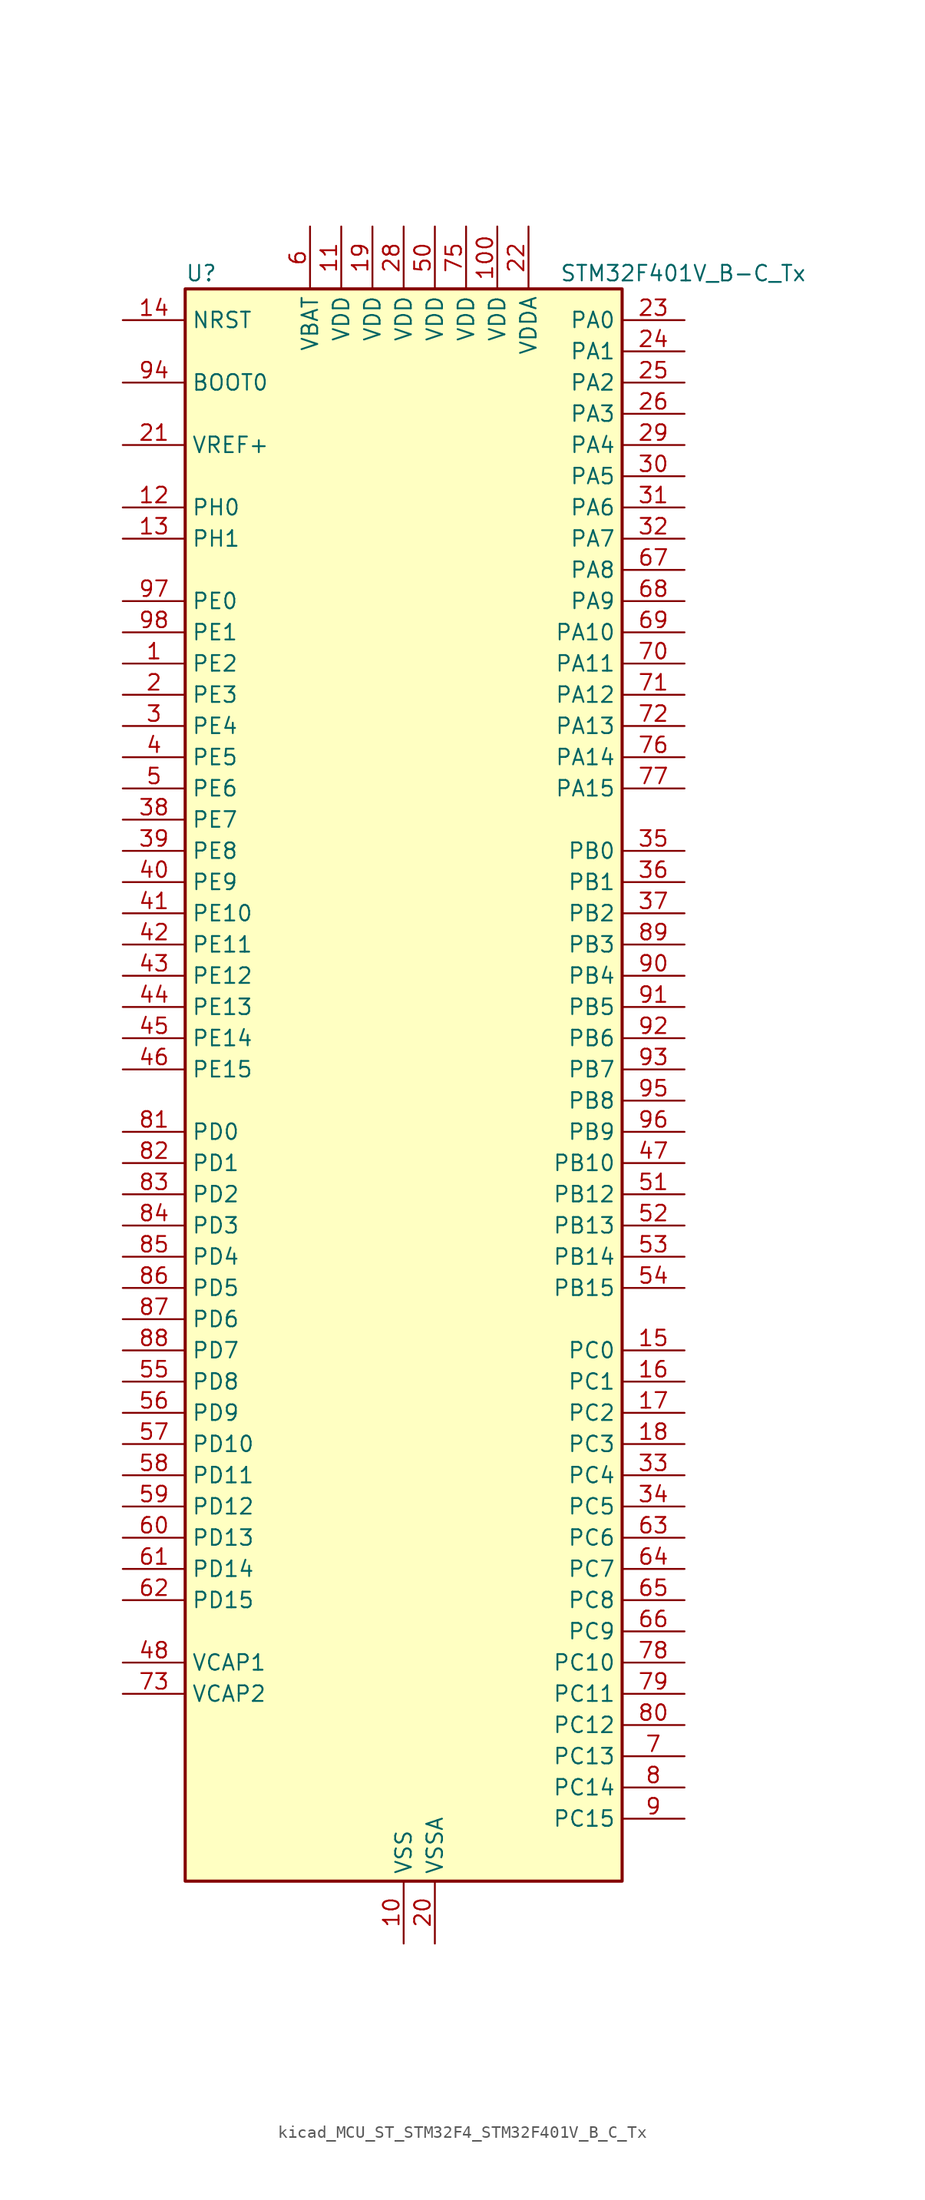
<source format=kicad_sym>
(kicad_symbol_lib
  (version 20220914)
  (generator kicad_symbol_editor)
  (symbol "kicad_MCU_ST_STM32F4_STM32F401V_B_C_Tx"
    (property "Reference" "U"
      (at -17.78 67.31 0)
      (effects (font (size 1.27 1.27)) (justify left)))
    (property "Value" "STM32F401V_B-C_Tx"
      (at 12.7 67.31 0)
      (effects (font (size 1.27 1.27)) (justify left)))
    (property "ki_locked" ""
      (at 0 0 0)
      (effects (font (size 1.27 1.27))))
    (symbol "kicad_MCU_ST_STM32F4_STM32F401V_B_C_Tx_0_1"
      (rectangle (start -17.78 -63.5) (end 17.78 66.04) (stroke (width 0.254) (type default)) (fill (type background))))
    (symbol "kicad_MCU_ST_STM32F4_STM32F401V_B_C_Tx_1_1"
      (pin bidirectional line (at -22.86 35.56 0) (length 5.08) (name "PE2" (effects (font (size 1.27 1.27)))) (number "1" (effects (font (size 1.27 1.27)))) (alternate "SPI4_SCK" bidirectional line) (alternate "SYS_TRACECLK" bidirectional line))
      (pin power_in line (at 0 -68.58 90) (length 5.08) (name "VSS" (effects (font (size 1.27 1.27)))) (number "10" (effects (font (size 1.27 1.27)))))
      (pin power_in line (at 7.62 71.12 270) (length 5.08) (name "VDD" (effects (font (size 1.27 1.27)))) (number "100" (effects (font (size 1.27 1.27)))))
      (pin power_in line (at -5.08 71.12 270) (length 5.08) (name "VDD" (effects (font (size 1.27 1.27)))) (number "11" (effects (font (size 1.27 1.27)))))
      (pin bidirectional line (at -22.86 48.26 0) (length 5.08) (name "PH0" (effects (font (size 1.27 1.27)))) (number "12" (effects (font (size 1.27 1.27)))) (alternate "RCC_OSC_IN" bidirectional line))
      (pin bidirectional line (at -22.86 45.72 0) (length 5.08) (name "PH1" (effects (font (size 1.27 1.27)))) (number "13" (effects (font (size 1.27 1.27)))) (alternate "RCC_OSC_OUT" bidirectional line))
      (pin input line (at -22.86 63.5 0) (length 5.08) (name "NRST" (effects (font (size 1.27 1.27)))) (number "14" (effects (font (size 1.27 1.27)))))
      (pin bidirectional line (at 22.86 -20.32 180) (length 5.08) (name "PC0" (effects (font (size 1.27 1.27)))) (number "15" (effects (font (size 1.27 1.27)))) (alternate "ADC1_IN10" bidirectional line))
      (pin bidirectional line (at 22.86 -22.86 180) (length 5.08) (name "PC1" (effects (font (size 1.27 1.27)))) (number "16" (effects (font (size 1.27 1.27)))) (alternate "ADC1_IN11" bidirectional line))
      (pin bidirectional line (at 22.86 -25.4 180) (length 5.08) (name "PC2" (effects (font (size 1.27 1.27)))) (number "17" (effects (font (size 1.27 1.27)))) (alternate "ADC1_IN12" bidirectional line) (alternate "I2S2_ext_SD" bidirectional line) (alternate "SPI2_MISO" bidirectional line))
      (pin bidirectional line (at 22.86 -27.94 180) (length 5.08) (name "PC3" (effects (font (size 1.27 1.27)))) (number "18" (effects (font (size 1.27 1.27)))) (alternate "ADC1_IN13" bidirectional line) (alternate "I2S2_SD" bidirectional line) (alternate "SPI2_MOSI" bidirectional line))
      (pin power_in line (at -2.54 71.12 270) (length 5.08) (name "VDD" (effects (font (size 1.27 1.27)))) (number "19" (effects (font (size 1.27 1.27)))))
      (pin bidirectional line (at -22.86 33.02 0) (length 5.08) (name "PE3" (effects (font (size 1.27 1.27)))) (number "2" (effects (font (size 1.27 1.27)))) (alternate "SYS_TRACED0" bidirectional line))
      (pin power_in line (at 2.54 -68.58 90) (length 5.08) (name "VSSA" (effects (font (size 1.27 1.27)))) (number "20" (effects (font (size 1.27 1.27)))))
      (pin input line (at -22.86 53.34 0) (length 5.08) (name "VREF+" (effects (font (size 1.27 1.27)))) (number "21" (effects (font (size 1.27 1.27)))))
      (pin power_in line (at 10.16 71.12 270) (length 5.08) (name "VDDA" (effects (font (size 1.27 1.27)))) (number "22" (effects (font (size 1.27 1.27)))))
      (pin bidirectional line (at 22.86 63.5 180) (length 5.08) (name "PA0" (effects (font (size 1.27 1.27)))) (number "23" (effects (font (size 1.27 1.27)))) (alternate "ADC1_IN0" bidirectional line) (alternate "SYS_WKUP" bidirectional line) (alternate "TIM2_CH1" bidirectional line) (alternate "TIM2_ETR" bidirectional line) (alternate "TIM5_CH1" bidirectional line) (alternate "USART2_CTS" bidirectional line))
      (pin bidirectional line (at 22.86 60.96 180) (length 5.08) (name "PA1" (effects (font (size 1.27 1.27)))) (number "24" (effects (font (size 1.27 1.27)))) (alternate "ADC1_IN1" bidirectional line) (alternate "TIM2_CH2" bidirectional line) (alternate "TIM5_CH2" bidirectional line) (alternate "USART2_RTS" bidirectional line))
      (pin bidirectional line (at 22.86 58.42 180) (length 5.08) (name "PA2" (effects (font (size 1.27 1.27)))) (number "25" (effects (font (size 1.27 1.27)))) (alternate "ADC1_IN2" bidirectional line) (alternate "TIM2_CH3" bidirectional line) (alternate "TIM5_CH3" bidirectional line) (alternate "TIM9_CH1" bidirectional line) (alternate "USART2_TX" bidirectional line))
      (pin bidirectional line (at 22.86 55.88 180) (length 5.08) (name "PA3" (effects (font (size 1.27 1.27)))) (number "26" (effects (font (size 1.27 1.27)))) (alternate "ADC1_IN3" bidirectional line) (alternate "TIM2_CH4" bidirectional line) (alternate "TIM5_CH4" bidirectional line) (alternate "TIM9_CH2" bidirectional line) (alternate "USART2_RX" bidirectional line))
      (pin passive line (at 0 -68.58 90) (length 5.08) hide (name "VSS" (effects (font (size 1.27 1.27)))) (number "27" (effects (font (size 1.27 1.27)))))
      (pin power_in line (at 0 71.12 270) (length 5.08) (name "VDD" (effects (font (size 1.27 1.27)))) (number "28" (effects (font (size 1.27 1.27)))))
      (pin bidirectional line (at 22.86 53.34 180) (length 5.08) (name "PA4" (effects (font (size 1.27 1.27)))) (number "29" (effects (font (size 1.27 1.27)))) (alternate "ADC1_IN4" bidirectional line) (alternate "I2S3_WS" bidirectional line) (alternate "SPI1_NSS" bidirectional line) (alternate "SPI3_NSS" bidirectional line) (alternate "USART2_CK" bidirectional line))
      (pin bidirectional line (at -22.86 30.48 0) (length 5.08) (name "PE4" (effects (font (size 1.27 1.27)))) (number "3" (effects (font (size 1.27 1.27)))) (alternate "SPI4_NSS" bidirectional line) (alternate "SYS_TRACED1" bidirectional line))
      (pin bidirectional line (at 22.86 50.8 180) (length 5.08) (name "PA5" (effects (font (size 1.27 1.27)))) (number "30" (effects (font (size 1.27 1.27)))) (alternate "ADC1_IN5" bidirectional line) (alternate "SPI1_SCK" bidirectional line) (alternate "TIM2_CH1" bidirectional line) (alternate "TIM2_ETR" bidirectional line))
      (pin bidirectional line (at 22.86 48.26 180) (length 5.08) (name "PA6" (effects (font (size 1.27 1.27)))) (number "31" (effects (font (size 1.27 1.27)))) (alternate "ADC1_IN6" bidirectional line) (alternate "SPI1_MISO" bidirectional line) (alternate "TIM1_BKIN" bidirectional line) (alternate "TIM3_CH1" bidirectional line))
      (pin bidirectional line (at 22.86 45.72 180) (length 5.08) (name "PA7" (effects (font (size 1.27 1.27)))) (number "32" (effects (font (size 1.27 1.27)))) (alternate "ADC1_IN7" bidirectional line) (alternate "SPI1_MOSI" bidirectional line) (alternate "TIM1_CH1N" bidirectional line) (alternate "TIM3_CH2" bidirectional line))
      (pin bidirectional line (at 22.86 -30.48 180) (length 5.08) (name "PC4" (effects (font (size 1.27 1.27)))) (number "33" (effects (font (size 1.27 1.27)))) (alternate "ADC1_IN14" bidirectional line))
      (pin bidirectional line (at 22.86 -33.02 180) (length 5.08) (name "PC5" (effects (font (size 1.27 1.27)))) (number "34" (effects (font (size 1.27 1.27)))) (alternate "ADC1_IN15" bidirectional line))
      (pin bidirectional line (at 22.86 20.32 180) (length 5.08) (name "PB0" (effects (font (size 1.27 1.27)))) (number "35" (effects (font (size 1.27 1.27)))) (alternate "ADC1_IN8" bidirectional line) (alternate "TIM1_CH2N" bidirectional line) (alternate "TIM3_CH3" bidirectional line))
      (pin bidirectional line (at 22.86 17.78 180) (length 5.08) (name "PB1" (effects (font (size 1.27 1.27)))) (number "36" (effects (font (size 1.27 1.27)))) (alternate "ADC1_IN9" bidirectional line) (alternate "TIM1_CH3N" bidirectional line) (alternate "TIM3_CH4" bidirectional line))
      (pin bidirectional line (at 22.86 15.24 180) (length 5.08) (name "PB2" (effects (font (size 1.27 1.27)))) (number "37" (effects (font (size 1.27 1.27)))))
      (pin bidirectional line (at -22.86 22.86 0) (length 5.08) (name "PE7" (effects (font (size 1.27 1.27)))) (number "38" (effects (font (size 1.27 1.27)))) (alternate "TIM1_ETR" bidirectional line))
      (pin bidirectional line (at -22.86 20.32 0) (length 5.08) (name "PE8" (effects (font (size 1.27 1.27)))) (number "39" (effects (font (size 1.27 1.27)))) (alternate "TIM1_CH1N" bidirectional line))
      (pin bidirectional line (at -22.86 27.94 0) (length 5.08) (name "PE5" (effects (font (size 1.27 1.27)))) (number "4" (effects (font (size 1.27 1.27)))) (alternate "SPI4_MISO" bidirectional line) (alternate "SYS_TRACED2" bidirectional line) (alternate "TIM9_CH1" bidirectional line))
      (pin bidirectional line (at -22.86 17.78 0) (length 5.08) (name "PE9" (effects (font (size 1.27 1.27)))) (number "40" (effects (font (size 1.27 1.27)))) (alternate "TIM1_CH1" bidirectional line))
      (pin bidirectional line (at -22.86 15.24 0) (length 5.08) (name "PE10" (effects (font (size 1.27 1.27)))) (number "41" (effects (font (size 1.27 1.27)))) (alternate "TIM1_CH2N" bidirectional line))
      (pin bidirectional line (at -22.86 12.7 0) (length 5.08) (name "PE11" (effects (font (size 1.27 1.27)))) (number "42" (effects (font (size 1.27 1.27)))) (alternate "ADC1_EXTI11" bidirectional line) (alternate "SPI4_NSS" bidirectional line) (alternate "TIM1_CH2" bidirectional line))
      (pin bidirectional line (at -22.86 10.16 0) (length 5.08) (name "PE12" (effects (font (size 1.27 1.27)))) (number "43" (effects (font (size 1.27 1.27)))) (alternate "SPI4_SCK" bidirectional line) (alternate "TIM1_CH3N" bidirectional line))
      (pin bidirectional line (at -22.86 7.62 0) (length 5.08) (name "PE13" (effects (font (size 1.27 1.27)))) (number "44" (effects (font (size 1.27 1.27)))) (alternate "SPI4_MISO" bidirectional line) (alternate "TIM1_CH3" bidirectional line))
      (pin bidirectional line (at -22.86 5.08 0) (length 5.08) (name "PE14" (effects (font (size 1.27 1.27)))) (number "45" (effects (font (size 1.27 1.27)))) (alternate "SPI4_MOSI" bidirectional line) (alternate "TIM1_CH4" bidirectional line))
      (pin bidirectional line (at -22.86 2.54 0) (length 5.08) (name "PE15" (effects (font (size 1.27 1.27)))) (number "46" (effects (font (size 1.27 1.27)))) (alternate "ADC1_EXTI15" bidirectional line) (alternate "TIM1_BKIN" bidirectional line))
      (pin bidirectional line (at 22.86 -5.08 180) (length 5.08) (name "PB10" (effects (font (size 1.27 1.27)))) (number "47" (effects (font (size 1.27 1.27)))) (alternate "I2C2_SCL" bidirectional line) (alternate "I2S2_CK" bidirectional line) (alternate "SPI2_SCK" bidirectional line) (alternate "TIM2_CH3" bidirectional line))
      (pin power_out line (at -22.86 -45.72 0) (length 5.08) (name "VCAP1" (effects (font (size 1.27 1.27)))) (number "48" (effects (font (size 1.27 1.27)))))
      (pin passive line (at 0 -68.58 90) (length 5.08) hide (name "VSS" (effects (font (size 1.27 1.27)))) (number "49" (effects (font (size 1.27 1.27)))))
      (pin bidirectional line (at -22.86 25.4 0) (length 5.08) (name "PE6" (effects (font (size 1.27 1.27)))) (number "5" (effects (font (size 1.27 1.27)))) (alternate "SPI4_MOSI" bidirectional line) (alternate "SYS_TRACED3" bidirectional line) (alternate "TIM9_CH2" bidirectional line))
      (pin power_in line (at 2.54 71.12 270) (length 5.08) (name "VDD" (effects (font (size 1.27 1.27)))) (number "50" (effects (font (size 1.27 1.27)))))
      (pin bidirectional line (at 22.86 -7.62 180) (length 5.08) (name "PB12" (effects (font (size 1.27 1.27)))) (number "51" (effects (font (size 1.27 1.27)))) (alternate "I2C2_SMBA" bidirectional line) (alternate "I2S2_WS" bidirectional line) (alternate "SPI2_NSS" bidirectional line) (alternate "TIM1_BKIN" bidirectional line))
      (pin bidirectional line (at 22.86 -10.16 180) (length 5.08) (name "PB13" (effects (font (size 1.27 1.27)))) (number "52" (effects (font (size 1.27 1.27)))) (alternate "I2S2_CK" bidirectional line) (alternate "SPI2_SCK" bidirectional line) (alternate "TIM1_CH1N" bidirectional line))
      (pin bidirectional line (at 22.86 -12.7 180) (length 5.08) (name "PB14" (effects (font (size 1.27 1.27)))) (number "53" (effects (font (size 1.27 1.27)))) (alternate "I2S2_ext_SD" bidirectional line) (alternate "SPI2_MISO" bidirectional line) (alternate "TIM1_CH2N" bidirectional line))
      (pin bidirectional line (at 22.86 -15.24 180) (length 5.08) (name "PB15" (effects (font (size 1.27 1.27)))) (number "54" (effects (font (size 1.27 1.27)))) (alternate "ADC1_EXTI15" bidirectional line) (alternate "I2S2_SD" bidirectional line) (alternate "RTC_REFIN" bidirectional line) (alternate "SPI2_MOSI" bidirectional line) (alternate "TIM1_CH3N" bidirectional line))
      (pin bidirectional line (at -22.86 -22.86 0) (length 5.08) (name "PD8" (effects (font (size 1.27 1.27)))) (number "55" (effects (font (size 1.27 1.27)))))
      (pin bidirectional line (at -22.86 -25.4 0) (length 5.08) (name "PD9" (effects (font (size 1.27 1.27)))) (number "56" (effects (font (size 1.27 1.27)))))
      (pin bidirectional line (at -22.86 -27.94 0) (length 5.08) (name "PD10" (effects (font (size 1.27 1.27)))) (number "57" (effects (font (size 1.27 1.27)))))
      (pin bidirectional line (at -22.86 -30.48 0) (length 5.08) (name "PD11" (effects (font (size 1.27 1.27)))) (number "58" (effects (font (size 1.27 1.27)))) (alternate "ADC1_EXTI11" bidirectional line))
      (pin bidirectional line (at -22.86 -33.02 0) (length 5.08) (name "PD12" (effects (font (size 1.27 1.27)))) (number "59" (effects (font (size 1.27 1.27)))) (alternate "TIM4_CH1" bidirectional line))
      (pin power_in line (at -7.62 71.12 270) (length 5.08) (name "VBAT" (effects (font (size 1.27 1.27)))) (number "6" (effects (font (size 1.27 1.27)))))
      (pin bidirectional line (at -22.86 -35.56 0) (length 5.08) (name "PD13" (effects (font (size 1.27 1.27)))) (number "60" (effects (font (size 1.27 1.27)))) (alternate "TIM4_CH2" bidirectional line))
      (pin bidirectional line (at -22.86 -38.1 0) (length 5.08) (name "PD14" (effects (font (size 1.27 1.27)))) (number "61" (effects (font (size 1.27 1.27)))) (alternate "TIM4_CH3" bidirectional line))
      (pin bidirectional line (at -22.86 -40.64 0) (length 5.08) (name "PD15" (effects (font (size 1.27 1.27)))) (number "62" (effects (font (size 1.27 1.27)))) (alternate "ADC1_EXTI15" bidirectional line) (alternate "TIM4_CH4" bidirectional line))
      (pin bidirectional line (at 22.86 -35.56 180) (length 5.08) (name "PC6" (effects (font (size 1.27 1.27)))) (number "63" (effects (font (size 1.27 1.27)))) (alternate "I2S2_MCK" bidirectional line) (alternate "SDIO_D6" bidirectional line) (alternate "TIM3_CH1" bidirectional line) (alternate "USART6_TX" bidirectional line))
      (pin bidirectional line (at 22.86 -38.1 180) (length 5.08) (name "PC7" (effects (font (size 1.27 1.27)))) (number "64" (effects (font (size 1.27 1.27)))) (alternate "I2S3_MCK" bidirectional line) (alternate "SDIO_D7" bidirectional line) (alternate "TIM3_CH2" bidirectional line) (alternate "USART6_RX" bidirectional line))
      (pin bidirectional line (at 22.86 -40.64 180) (length 5.08) (name "PC8" (effects (font (size 1.27 1.27)))) (number "65" (effects (font (size 1.27 1.27)))) (alternate "SDIO_D0" bidirectional line) (alternate "TIM3_CH3" bidirectional line) (alternate "USART6_CK" bidirectional line))
      (pin bidirectional line (at 22.86 -43.18 180) (length 5.08) (name "PC9" (effects (font (size 1.27 1.27)))) (number "66" (effects (font (size 1.27 1.27)))) (alternate "I2C3_SDA" bidirectional line) (alternate "I2S_CKIN" bidirectional line) (alternate "RCC_MCO_2" bidirectional line) (alternate "SDIO_D1" bidirectional line) (alternate "TIM3_CH4" bidirectional line))
      (pin bidirectional line (at 22.86 43.18 180) (length 5.08) (name "PA8" (effects (font (size 1.27 1.27)))) (number "67" (effects (font (size 1.27 1.27)))) (alternate "I2C3_SCL" bidirectional line) (alternate "RCC_MCO_1" bidirectional line) (alternate "TIM1_CH1" bidirectional line) (alternate "USART1_CK" bidirectional line) (alternate "USB_OTG_FS_SOF" bidirectional line))
      (pin bidirectional line (at 22.86 40.64 180) (length 5.08) (name "PA9" (effects (font (size 1.27 1.27)))) (number "68" (effects (font (size 1.27 1.27)))) (alternate "I2C3_SMBA" bidirectional line) (alternate "TIM1_CH2" bidirectional line) (alternate "USART1_TX" bidirectional line) (alternate "USB_OTG_FS_VBUS" bidirectional line))
      (pin bidirectional line (at 22.86 38.1 180) (length 5.08) (name "PA10" (effects (font (size 1.27 1.27)))) (number "69" (effects (font (size 1.27 1.27)))) (alternate "TIM1_CH3" bidirectional line) (alternate "USART1_RX" bidirectional line) (alternate "USB_OTG_FS_ID" bidirectional line))
      (pin bidirectional line (at 22.86 -53.34 180) (length 5.08) (name "PC13" (effects (font (size 1.27 1.27)))) (number "7" (effects (font (size 1.27 1.27)))) (alternate "RTC_AF1" bidirectional line))
      (pin bidirectional line (at 22.86 35.56 180) (length 5.08) (name "PA11" (effects (font (size 1.27 1.27)))) (number "70" (effects (font (size 1.27 1.27)))) (alternate "ADC1_EXTI11" bidirectional line) (alternate "TIM1_CH4" bidirectional line) (alternate "USART1_CTS" bidirectional line) (alternate "USART6_TX" bidirectional line) (alternate "USB_OTG_FS_DM" bidirectional line))
      (pin bidirectional line (at 22.86 33.02 180) (length 5.08) (name "PA12" (effects (font (size 1.27 1.27)))) (number "71" (effects (font (size 1.27 1.27)))) (alternate "TIM1_ETR" bidirectional line) (alternate "USART1_RTS" bidirectional line) (alternate "USART6_RX" bidirectional line) (alternate "USB_OTG_FS_DP" bidirectional line))
      (pin bidirectional line (at 22.86 30.48 180) (length 5.08) (name "PA13" (effects (font (size 1.27 1.27)))) (number "72" (effects (font (size 1.27 1.27)))) (alternate "SYS_JTMS-SWDIO" bidirectional line))
      (pin power_out line (at -22.86 -48.26 0) (length 5.08) (name "VCAP2" (effects (font (size 1.27 1.27)))) (number "73" (effects (font (size 1.27 1.27)))))
      (pin passive line (at 0 -68.58 90) (length 5.08) hide (name "VSS" (effects (font (size 1.27 1.27)))) (number "74" (effects (font (size 1.27 1.27)))))
      (pin power_in line (at 5.08 71.12 270) (length 5.08) (name "VDD" (effects (font (size 1.27 1.27)))) (number "75" (effects (font (size 1.27 1.27)))))
      (pin bidirectional line (at 22.86 27.94 180) (length 5.08) (name "PA14" (effects (font (size 1.27 1.27)))) (number "76" (effects (font (size 1.27 1.27)))) (alternate "SYS_JTCK-SWCLK" bidirectional line))
      (pin bidirectional line (at 22.86 25.4 180) (length 5.08) (name "PA15" (effects (font (size 1.27 1.27)))) (number "77" (effects (font (size 1.27 1.27)))) (alternate "ADC1_EXTI15" bidirectional line) (alternate "I2S3_WS" bidirectional line) (alternate "SPI1_NSS" bidirectional line) (alternate "SPI3_NSS" bidirectional line) (alternate "SYS_JTDI" bidirectional line) (alternate "TIM2_CH1" bidirectional line) (alternate "TIM2_ETR" bidirectional line))
      (pin bidirectional line (at 22.86 -45.72 180) (length 5.08) (name "PC10" (effects (font (size 1.27 1.27)))) (number "78" (effects (font (size 1.27 1.27)))) (alternate "I2S3_CK" bidirectional line) (alternate "SDIO_D2" bidirectional line) (alternate "SPI3_SCK" bidirectional line))
      (pin bidirectional line (at 22.86 -48.26 180) (length 5.08) (name "PC11" (effects (font (size 1.27 1.27)))) (number "79" (effects (font (size 1.27 1.27)))) (alternate "ADC1_EXTI11" bidirectional line) (alternate "I2S3_ext_SD" bidirectional line) (alternate "SDIO_D3" bidirectional line) (alternate "SPI3_MISO" bidirectional line))
      (pin bidirectional line (at 22.86 -55.88 180) (length 5.08) (name "PC14" (effects (font (size 1.27 1.27)))) (number "8" (effects (font (size 1.27 1.27)))) (alternate "RCC_OSC32_IN" bidirectional line))
      (pin bidirectional line (at 22.86 -50.8 180) (length 5.08) (name "PC12" (effects (font (size 1.27 1.27)))) (number "80" (effects (font (size 1.27 1.27)))) (alternate "I2S3_SD" bidirectional line) (alternate "SDIO_CK" bidirectional line) (alternate "SPI3_MOSI" bidirectional line))
      (pin bidirectional line (at -22.86 -2.54 0) (length 5.08) (name "PD0" (effects (font (size 1.27 1.27)))) (number "81" (effects (font (size 1.27 1.27)))))
      (pin bidirectional line (at -22.86 -5.08 0) (length 5.08) (name "PD1" (effects (font (size 1.27 1.27)))) (number "82" (effects (font (size 1.27 1.27)))))
      (pin bidirectional line (at -22.86 -7.62 0) (length 5.08) (name "PD2" (effects (font (size 1.27 1.27)))) (number "83" (effects (font (size 1.27 1.27)))) (alternate "SDIO_CMD" bidirectional line) (alternate "TIM3_ETR" bidirectional line))
      (pin bidirectional line (at -22.86 -10.16 0) (length 5.08) (name "PD3" (effects (font (size 1.27 1.27)))) (number "84" (effects (font (size 1.27 1.27)))) (alternate "I2S2_CK" bidirectional line) (alternate "SPI2_SCK" bidirectional line) (alternate "USART2_CTS" bidirectional line))
      (pin bidirectional line (at -22.86 -12.7 0) (length 5.08) (name "PD4" (effects (font (size 1.27 1.27)))) (number "85" (effects (font (size 1.27 1.27)))) (alternate "USART2_RTS" bidirectional line))
      (pin bidirectional line (at -22.86 -15.24 0) (length 5.08) (name "PD5" (effects (font (size 1.27 1.27)))) (number "86" (effects (font (size 1.27 1.27)))) (alternate "USART2_TX" bidirectional line))
      (pin bidirectional line (at -22.86 -17.78 0) (length 5.08) (name "PD6" (effects (font (size 1.27 1.27)))) (number "87" (effects (font (size 1.27 1.27)))) (alternate "I2S3_SD" bidirectional line) (alternate "SPI3_MOSI" bidirectional line) (alternate "USART2_RX" bidirectional line))
      (pin bidirectional line (at -22.86 -20.32 0) (length 5.08) (name "PD7" (effects (font (size 1.27 1.27)))) (number "88" (effects (font (size 1.27 1.27)))) (alternate "USART2_CK" bidirectional line))
      (pin bidirectional line (at 22.86 12.7 180) (length 5.08) (name "PB3" (effects (font (size 1.27 1.27)))) (number "89" (effects (font (size 1.27 1.27)))) (alternate "I2C2_SDA" bidirectional line) (alternate "I2S3_CK" bidirectional line) (alternate "SPI1_SCK" bidirectional line) (alternate "SPI3_SCK" bidirectional line) (alternate "SYS_JTDO-SWO" bidirectional line) (alternate "TIM2_CH2" bidirectional line))
      (pin bidirectional line (at 22.86 -58.42 180) (length 5.08) (name "PC15" (effects (font (size 1.27 1.27)))) (number "9" (effects (font (size 1.27 1.27)))) (alternate "ADC1_EXTI15" bidirectional line) (alternate "RCC_OSC32_OUT" bidirectional line))
      (pin bidirectional line (at 22.86 10.16 180) (length 5.08) (name "PB4" (effects (font (size 1.27 1.27)))) (number "90" (effects (font (size 1.27 1.27)))) (alternate "I2C3_SDA" bidirectional line) (alternate "I2S3_ext_SD" bidirectional line) (alternate "SPI1_MISO" bidirectional line) (alternate "SPI3_MISO" bidirectional line) (alternate "SYS_JTRST" bidirectional line) (alternate "TIM3_CH1" bidirectional line))
      (pin bidirectional line (at 22.86 7.62 180) (length 5.08) (name "PB5" (effects (font (size 1.27 1.27)))) (number "91" (effects (font (size 1.27 1.27)))) (alternate "I2C1_SMBA" bidirectional line) (alternate "I2S3_SD" bidirectional line) (alternate "SPI1_MOSI" bidirectional line) (alternate "SPI3_MOSI" bidirectional line) (alternate "TIM3_CH2" bidirectional line))
      (pin bidirectional line (at 22.86 5.08 180) (length 5.08) (name "PB6" (effects (font (size 1.27 1.27)))) (number "92" (effects (font (size 1.27 1.27)))) (alternate "I2C1_SCL" bidirectional line) (alternate "TIM4_CH1" bidirectional line) (alternate "USART1_TX" bidirectional line))
      (pin bidirectional line (at 22.86 2.54 180) (length 5.08) (name "PB7" (effects (font (size 1.27 1.27)))) (number "93" (effects (font (size 1.27 1.27)))) (alternate "I2C1_SDA" bidirectional line) (alternate "TIM4_CH2" bidirectional line) (alternate "USART1_RX" bidirectional line))
      (pin input line (at -22.86 58.42 0) (length 5.08) (name "BOOT0" (effects (font (size 1.27 1.27)))) (number "94" (effects (font (size 1.27 1.27)))))
      (pin bidirectional line (at 22.86 0 180) (length 5.08) (name "PB8" (effects (font (size 1.27 1.27)))) (number "95" (effects (font (size 1.27 1.27)))) (alternate "I2C1_SCL" bidirectional line) (alternate "SDIO_D4" bidirectional line) (alternate "TIM10_CH1" bidirectional line) (alternate "TIM4_CH3" bidirectional line))
      (pin bidirectional line (at 22.86 -2.54 180) (length 5.08) (name "PB9" (effects (font (size 1.27 1.27)))) (number "96" (effects (font (size 1.27 1.27)))) (alternate "I2C1_SDA" bidirectional line) (alternate "I2S2_WS" bidirectional line) (alternate "SDIO_D5" bidirectional line) (alternate "SPI2_NSS" bidirectional line) (alternate "TIM11_CH1" bidirectional line) (alternate "TIM4_CH4" bidirectional line))
      (pin bidirectional line (at -22.86 40.64 0) (length 5.08) (name "PE0" (effects (font (size 1.27 1.27)))) (number "97" (effects (font (size 1.27 1.27)))) (alternate "TIM4_ETR" bidirectional line))
      (pin bidirectional line (at -22.86 38.1 0) (length 5.08) (name "PE1" (effects (font (size 1.27 1.27)))) (number "98" (effects (font (size 1.27 1.27)))))
      (pin passive line (at 0 -68.58 90) (length 5.08) hide (name "VSS" (effects (font (size 1.27 1.27)))) (number "99" (effects (font (size 1.27 1.27))))))))
</source>
